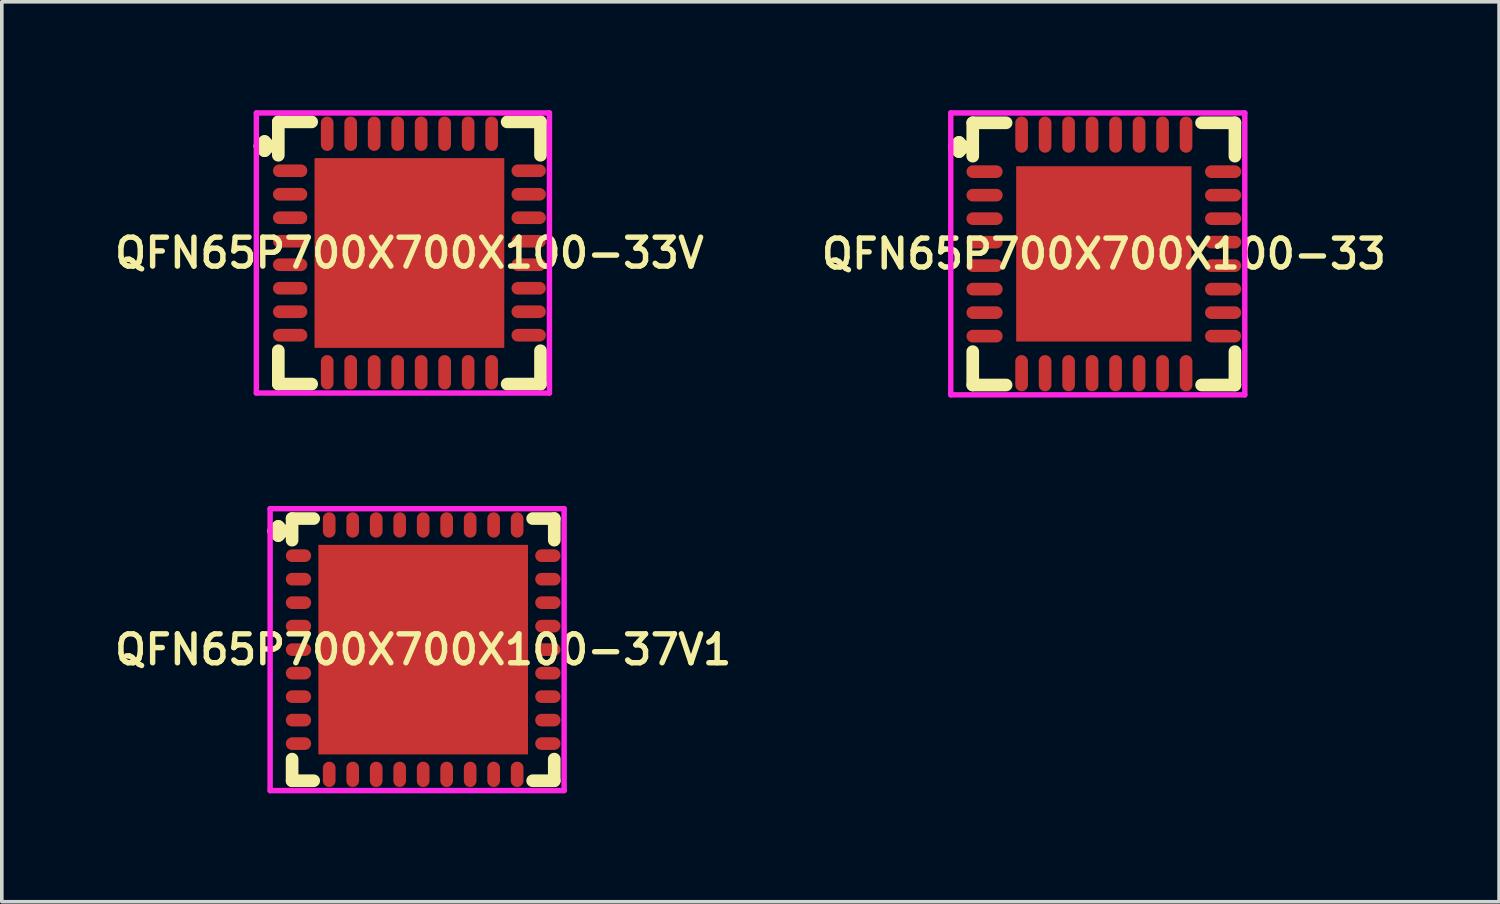
<source format=kicad_pcb>
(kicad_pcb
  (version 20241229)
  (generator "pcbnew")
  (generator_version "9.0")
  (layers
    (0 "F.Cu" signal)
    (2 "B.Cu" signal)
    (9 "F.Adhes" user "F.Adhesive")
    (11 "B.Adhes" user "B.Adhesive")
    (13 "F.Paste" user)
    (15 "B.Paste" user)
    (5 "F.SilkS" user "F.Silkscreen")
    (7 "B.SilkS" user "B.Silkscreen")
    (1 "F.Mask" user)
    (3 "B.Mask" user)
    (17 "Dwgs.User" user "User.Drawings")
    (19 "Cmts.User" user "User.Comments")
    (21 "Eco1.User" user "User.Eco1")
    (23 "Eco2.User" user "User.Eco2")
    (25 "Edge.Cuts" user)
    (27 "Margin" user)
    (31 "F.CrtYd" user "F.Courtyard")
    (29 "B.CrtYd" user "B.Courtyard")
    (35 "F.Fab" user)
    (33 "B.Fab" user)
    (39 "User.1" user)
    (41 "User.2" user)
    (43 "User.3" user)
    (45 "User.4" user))
  (footprint "QFN65P700X700X100-37V1"
    (layer "F.Cu")
    (at 8.659 14.925)
    (property "Reference" "QFN65P700X700X100-37V1" (at 0 0 0) (layer "F.SilkS") (effects (font (size 0.8 0.8) (thickness 0.15))))
    (attr smd)
    (fp_line (start -4.135 -3.283) (end -4.008 -3.41) (stroke (width 0.35) (type solid)) (layer "F.SilkS"))
    (fp_line (start -4.008 -3.41) (end -3.881 -3.283) (stroke (width 0.35) (type solid)) (layer "F.SilkS"))
    (fp_line (start -4.008 -3.156) (end -4.135 -3.283) (stroke (width 0.35) (type solid)) (layer "F.SilkS"))
    (fp_line (start -3.881 -3.283) (end -4.008 -3.156) (stroke (width 0.35) (type solid)) (layer "F.SilkS"))
    (fp_line (start -3.627 -3.627) (end -3.029 -3.627) (stroke (width 0.35) (type solid)) (layer "F.SilkS"))
    (fp_line (start -3.627 -3.029) (end -3.627 -3.627) (stroke (width 0.35) (type solid)) (layer "F.SilkS"))
    (fp_line (start -3.627 3.029) (end -3.627 3.627) (stroke (width 0.35) (type solid)) (layer "F.SilkS"))
    (fp_line (start -3.627 3.627) (end -3.029 3.627) (stroke (width 0.35) (type solid)) (layer "F.SilkS"))
    (fp_line (start 3.029 -3.627) (end 3.627 -3.627) (stroke (width 0.35) (type solid)) (layer "F.SilkS"))
    (fp_line (start 3.029 3.627) (end 3.627 3.627) (stroke (width 0.35) (type solid)) (layer "F.SilkS"))
    (fp_line (start 3.627 -3.627) (end 3.627 -3.029) (stroke (width 0.35) (type solid)) (layer "F.SilkS"))
    (fp_line (start 3.627 3.627) (end 3.627 3.029) (stroke (width 0.35) (type solid)) (layer "F.SilkS"))
    (fp_line (start -4.235 -3.9) (end 3.9 -3.9) (stroke (width 0.15) (type solid)) (layer "F.CrtYd"))
    (fp_line (start -4.235 3.9) (end -4.235 -3.9) (stroke (width 0.15) (type solid)) (layer "F.CrtYd"))
    (fp_line (start 3.9 -3.9) (end 3.9 3.9) (stroke (width 0.15) (type solid)) (layer "F.CrtYd"))
    (fp_line (start 3.9 3.9) (end -4.235 3.9) (stroke (width 0.15) (type solid)) (layer "F.CrtYd"))
    (pad "1" smd oval (at -3.45 -2.6) (size 0.7 0.35) (layers "F.Cu" "F.Mask" "F.Paste"))
    (pad "2" smd oval (at -3.45 -1.95) (size 0.7 0.35) (layers "F.Cu" "F.Mask" "F.Paste"))
    (pad "3" smd oval (at -3.45 -1.3) (size 0.7 0.35) (layers "F.Cu" "F.Mask" "F.Paste"))
    (pad "4" smd oval (at -3.45 -0.65) (size 0.7 0.35) (layers "F.Cu" "F.Mask" "F.Paste"))
    (pad "5" smd oval (at -3.45 0) (size 0.7 0.35) (layers "F.Cu" "F.Mask" "F.Paste"))
    (pad "6" smd oval (at -3.45 0.65) (size 0.7 0.35) (layers "F.Cu" "F.Mask" "F.Paste"))
    (pad "7" smd oval (at -3.45 1.3) (size 0.7 0.35) (layers "F.Cu" "F.Mask" "F.Paste"))
    (pad "8" smd oval (at -3.45 1.95) (size 0.7 0.35) (layers "F.Cu" "F.Mask" "F.Paste"))
    (pad "9" smd oval (at -3.45 2.6) (size 0.7 0.35) (layers "F.Cu" "F.Mask" "F.Paste"))
    (pad "10" smd oval (at -2.6 3.45) (size 0.35 0.7) (layers "F.Cu" "F.Mask" "F.Paste"))
    (pad "11" smd oval (at -1.95 3.45) (size 0.35 0.7) (layers "F.Cu" "F.Mask" "F.Paste"))
    (pad "12" smd oval (at -1.3 3.45) (size 0.35 0.7) (layers "F.Cu" "F.Mask" "F.Paste"))
    (pad "13" smd oval (at -0.65 3.45) (size 0.35 0.7) (layers "F.Cu" "F.Mask" "F.Paste"))
    (pad "14" smd oval (at 0 3.45) (size 0.35 0.7) (layers "F.Cu" "F.Mask" "F.Paste"))
    (pad "15" smd oval (at 0.65 3.45) (size 0.35 0.7) (layers "F.Cu" "F.Mask" "F.Paste"))
    (pad "16" smd oval (at 1.3 3.45) (size 0.35 0.7) (layers "F.Cu" "F.Mask" "F.Paste"))
    (pad "17" smd oval (at 1.95 3.45) (size 0.35 0.7) (layers "F.Cu" "F.Mask" "F.Paste"))
    (pad "18" smd oval (at 2.6 3.45) (size 0.35 0.7) (layers "F.Cu" "F.Mask" "F.Paste"))
    (pad "19" smd oval (at 3.45 2.6) (size 0.7 0.35) (layers "F.Cu" "F.Mask" "F.Paste"))
    (pad "20" smd oval (at 3.45 1.95) (size 0.7 0.35) (layers "F.Cu" "F.Mask" "F.Paste"))
    (pad "21" smd oval (at 3.45 1.3) (size 0.7 0.35) (layers "F.Cu" "F.Mask" "F.Paste"))
    (pad "22" smd oval (at 3.45 0.65) (size 0.7 0.35) (layers "F.Cu" "F.Mask" "F.Paste"))
    (pad "23" smd oval (at 3.45 0) (size 0.7 0.35) (layers "F.Cu" "F.Mask" "F.Paste"))
    (pad "24" smd oval (at 3.45 -0.65) (size 0.7 0.35) (layers "F.Cu" "F.Mask" "F.Paste"))
    (pad "25" smd oval (at 3.45 -1.3) (size 0.7 0.35) (layers "F.Cu" "F.Mask" "F.Paste"))
    (pad "26" smd oval (at 3.45 -1.95) (size 0.7 0.35) (layers "F.Cu" "F.Mask" "F.Paste"))
    (pad "27" smd oval (at 3.45 -2.6) (size 0.7 0.35) (layers "F.Cu" "F.Mask" "F.Paste"))
    (pad "28" smd oval (at 2.6 -3.45) (size 0.35 0.7) (layers "F.Cu" "F.Mask" "F.Paste"))
    (pad "29" smd oval (at 1.95 -3.45) (size 0.35 0.7) (layers "F.Cu" "F.Mask" "F.Paste"))
    (pad "30" smd oval (at 1.3 -3.45) (size 0.35 0.7) (layers "F.Cu" "F.Mask" "F.Paste"))
    (pad "31" smd oval (at 0.65 -3.45) (size 0.35 0.7) (layers "F.Cu" "F.Mask" "F.Paste"))
    (pad "32" smd oval (at 0 -3.45) (size 0.35 0.7) (layers "F.Cu" "F.Mask" "F.Paste"))
    (pad "33" smd oval (at -0.65 -3.45) (size 0.35 0.7) (layers "F.Cu" "F.Mask" "F.Paste"))
    (pad "34" smd oval (at -1.3 -3.45) (size 0.35 0.7) (layers "F.Cu" "F.Mask" "F.Paste"))
    (pad "35" smd oval (at -1.95 -3.45) (size 0.35 0.7) (layers "F.Cu" "F.Mask" "F.Paste"))
    (pad "36" smd oval (at -2.6 -3.45) (size 0.35 0.7) (layers "F.Cu" "F.Mask" "F.Paste"))
    (pad "37" smd rect (at 0 0) (size 5.8 5.8) (layers "F.Cu" "F.Mask" "F.Paste")))
  (footprint "QFN65P700X700X100-33"
    (layer "F.Cu")
    (at 27.492 3.975)
    (property "Reference" "QFN65P700X700X100-33" (at 0 0 0) (layer "F.SilkS") (effects (font (size 0.8 0.8) (thickness 0.15))))
    (attr smd)
    (fp_line (start -4.135 -2.958) (end -4.008 -3.085) (stroke (width 0.35) (type solid)) (layer "F.SilkS"))
    (fp_line (start -4.008 -3.085) (end -3.881 -2.958) (stroke (width 0.35) (type solid)) (layer "F.SilkS"))
    (fp_line (start -4.008 -2.831) (end -4.135 -2.958) (stroke (width 0.35) (type solid)) (layer "F.SilkS"))
    (fp_line (start -3.881 -2.958) (end -4.008 -2.831) (stroke (width 0.35) (type solid)) (layer "F.SilkS"))
    (fp_line (start -3.627 -3.627) (end -2.704 -3.627) (stroke (width 0.35) (type solid)) (layer "F.SilkS"))
    (fp_line (start -3.627 -2.704) (end -3.627 -3.627) (stroke (width 0.35) (type solid)) (layer "F.SilkS"))
    (fp_line (start -3.627 2.704) (end -3.627 3.627) (stroke (width 0.35) (type solid)) (layer "F.SilkS"))
    (fp_line (start -3.627 3.627) (end -2.704 3.627) (stroke (width 0.35) (type solid)) (layer "F.SilkS"))
    (fp_line (start 2.704 -3.627) (end 3.627 -3.627) (stroke (width 0.35) (type solid)) (layer "F.SilkS"))
    (fp_line (start 2.704 3.627) (end 3.627 3.627) (stroke (width 0.35) (type solid)) (layer "F.SilkS"))
    (fp_line (start 3.627 -3.627) (end 3.627 -2.704) (stroke (width 0.35) (type solid)) (layer "F.SilkS"))
    (fp_line (start 3.627 3.627) (end 3.627 2.704) (stroke (width 0.35) (type solid)) (layer "F.SilkS"))
    (fp_line (start -4.235 -3.9) (end 3.9 -3.9) (stroke (width 0.15) (type solid)) (layer "F.CrtYd"))
    (fp_line (start -4.235 3.9) (end -4.235 -3.9) (stroke (width 0.15) (type solid)) (layer "F.CrtYd"))
    (fp_line (start 3.9 -3.9) (end 3.9 3.9) (stroke (width 0.15) (type solid)) (layer "F.CrtYd"))
    (fp_line (start 3.9 3.9) (end -4.235 3.9) (stroke (width 0.15) (type solid)) (layer "F.CrtYd"))
    (pad "1" smd oval (at -3.3 -2.275) (size 1 0.35) (layers "F.Cu" "F.Mask" "F.Paste"))
    (pad "2" smd oval (at -3.3 -1.625) (size 1 0.35) (layers "F.Cu" "F.Mask" "F.Paste"))
    (pad "3" smd oval (at -3.3 -0.975) (size 1 0.35) (layers "F.Cu" "F.Mask" "F.Paste"))
    (pad "4" smd oval (at -3.3 -0.325) (size 1 0.35) (layers "F.Cu" "F.Mask" "F.Paste"))
    (pad "5" smd oval (at -3.3 0.325) (size 1 0.35) (layers "F.Cu" "F.Mask" "F.Paste"))
    (pad "6" smd oval (at -3.3 0.975) (size 1 0.35) (layers "F.Cu" "F.Mask" "F.Paste"))
    (pad "7" smd oval (at -3.3 1.625) (size 1 0.35) (layers "F.Cu" "F.Mask" "F.Paste"))
    (pad "8" smd oval (at -3.3 2.275) (size 1 0.35) (layers "F.Cu" "F.Mask" "F.Paste"))
    (pad "9" smd oval (at -2.275 3.3) (size 0.35 1) (layers "F.Cu" "F.Mask" "F.Paste"))
    (pad "10" smd oval (at -1.625 3.3) (size 0.35 1) (layers "F.Cu" "F.Mask" "F.Paste"))
    (pad "11" smd oval (at -0.975 3.3) (size 0.35 1) (layers "F.Cu" "F.Mask" "F.Paste"))
    (pad "12" smd oval (at -0.325 3.3) (size 0.35 1) (layers "F.Cu" "F.Mask" "F.Paste"))
    (pad "13" smd oval (at 0.325 3.3) (size 0.35 1) (layers "F.Cu" "F.Mask" "F.Paste"))
    (pad "14" smd oval (at 0.975 3.3) (size 0.35 1) (layers "F.Cu" "F.Mask" "F.Paste"))
    (pad "15" smd oval (at 1.625 3.3) (size 0.35 1) (layers "F.Cu" "F.Mask" "F.Paste"))
    (pad "16" smd oval (at 2.275 3.3) (size 0.35 1) (layers "F.Cu" "F.Mask" "F.Paste"))
    (pad "17" smd oval (at 3.3 2.275) (size 1 0.35) (layers "F.Cu" "F.Mask" "F.Paste"))
    (pad "18" smd oval (at 3.3 1.625) (size 1 0.35) (layers "F.Cu" "F.Mask" "F.Paste"))
    (pad "19" smd oval (at 3.3 0.975) (size 1 0.35) (layers "F.Cu" "F.Mask" "F.Paste"))
    (pad "20" smd oval (at 3.3 0.325) (size 1 0.35) (layers "F.Cu" "F.Mask" "F.Paste"))
    (pad "21" smd oval (at 3.3 -0.325) (size 1 0.35) (layers "F.Cu" "F.Mask" "F.Paste"))
    (pad "22" smd oval (at 3.3 -0.975) (size 1 0.35) (layers "F.Cu" "F.Mask" "F.Paste"))
    (pad "23" smd oval (at 3.3 -1.625) (size 1 0.35) (layers "F.Cu" "F.Mask" "F.Paste"))
    (pad "24" smd oval (at 3.3 -2.275) (size 1 0.35) (layers "F.Cu" "F.Mask" "F.Paste"))
    (pad "25" smd oval (at 2.275 -3.3) (size 0.35 1) (layers "F.Cu" "F.Mask" "F.Paste"))
    (pad "26" smd oval (at 1.625 -3.3) (size 0.35 1) (layers "F.Cu" "F.Mask" "F.Paste"))
    (pad "27" smd oval (at 0.975 -3.3) (size 0.35 1) (layers "F.Cu" "F.Mask" "F.Paste"))
    (pad "28" smd oval (at 0.325 -3.3) (size 0.35 1) (layers "F.Cu" "F.Mask" "F.Paste"))
    (pad "29" smd oval (at -0.325 -3.3) (size 0.35 1) (layers "F.Cu" "F.Mask" "F.Paste"))
    (pad "30" smd oval (at -0.975 -3.3) (size 0.35 1) (layers "F.Cu" "F.Mask" "F.Paste"))
    (pad "31" smd oval (at -1.625 -3.3) (size 0.35 1) (layers "F.Cu" "F.Mask" "F.Paste"))
    (pad "32" smd oval (at -2.275 -3.3) (size 0.35 1) (layers "F.Cu" "F.Mask" "F.Paste"))
    (pad "33" smd rect (at 0 0) (size 4.85 4.85) (layers "F.Cu" "F.Mask" "F.Paste")))
  (footprint "QFN65P700X700X100-33V"
    (layer "F.Cu")
    (at 8.278 3.95)
    (property "Reference" "QFN65P700X700X100-33V" (at 0 0 0) (layer "F.SilkS") (effects (font (size 0.8 0.8) (thickness 0.15))))
    (attr smd)
    (fp_line (start -4.135 -2.958) (end -4.008 -3.085) (stroke (width 0.35) (type solid)) (layer "F.SilkS"))
    (fp_line (start -4.008 -3.085) (end -3.881 -2.958) (stroke (width 0.35) (type solid)) (layer "F.SilkS"))
    (fp_line (start -4.008 -2.831) (end -4.135 -2.958) (stroke (width 0.35) (type solid)) (layer "F.SilkS"))
    (fp_line (start -3.881 -2.958) (end -4.008 -2.831) (stroke (width 0.35) (type solid)) (layer "F.SilkS"))
    (fp_line (start -3.627 -3.627) (end -2.704 -3.627) (stroke (width 0.35) (type solid)) (layer "F.SilkS"))
    (fp_line (start -3.627 -2.704) (end -3.627 -3.627) (stroke (width 0.35) (type solid)) (layer "F.SilkS"))
    (fp_line (start -3.627 2.704) (end -3.627 3.627) (stroke (width 0.35) (type solid)) (layer "F.SilkS"))
    (fp_line (start -3.627 3.627) (end -2.704 3.627) (stroke (width 0.35) (type solid)) (layer "F.SilkS"))
    (fp_line (start 2.704 -3.627) (end 3.627 -3.627) (stroke (width 0.35) (type solid)) (layer "F.SilkS"))
    (fp_line (start 2.704 3.627) (end 3.627 3.627) (stroke (width 0.35) (type solid)) (layer "F.SilkS"))
    (fp_line (start 3.627 -3.627) (end 3.627 -2.704) (stroke (width 0.35) (type solid)) (layer "F.SilkS"))
    (fp_line (start 3.627 3.627) (end 3.627 2.704) (stroke (width 0.35) (type solid)) (layer "F.SilkS"))
    (fp_line (start -4.235 -3.875) (end 3.875 -3.875) (stroke (width 0.15) (type solid)) (layer "F.CrtYd"))
    (fp_line (start -4.235 3.875) (end -4.235 -3.875) (stroke (width 0.15) (type solid)) (layer "F.CrtYd"))
    (fp_line (start 3.875 -3.875) (end 3.875 3.875) (stroke (width 0.15) (type solid)) (layer "F.CrtYd"))
    (fp_line (start 3.875 3.875) (end -4.235 3.875) (stroke (width 0.15) (type solid)) (layer "F.CrtYd"))
    (pad "1" smd oval (at -3.3 -2.275) (size 0.95 0.35) (layers "F.Cu" "F.Mask" "F.Paste"))
    (pad "2" smd oval (at -3.3 -1.625) (size 0.95 0.35) (layers "F.Cu" "F.Mask" "F.Paste"))
    (pad "3" smd oval (at -3.3 -0.975) (size 0.95 0.35) (layers "F.Cu" "F.Mask" "F.Paste"))
    (pad "4" smd oval (at -3.3 -0.325) (size 0.95 0.35) (layers "F.Cu" "F.Mask" "F.Paste"))
    (pad "5" smd oval (at -3.3 0.325) (size 0.95 0.35) (layers "F.Cu" "F.Mask" "F.Paste"))
    (pad "6" smd oval (at -3.3 0.975) (size 0.95 0.35) (layers "F.Cu" "F.Mask" "F.Paste"))
    (pad "7" smd oval (at -3.3 1.625) (size 0.95 0.35) (layers "F.Cu" "F.Mask" "F.Paste"))
    (pad "8" smd oval (at -3.3 2.275) (size 0.95 0.35) (layers "F.Cu" "F.Mask" "F.Paste"))
    (pad "9" smd oval (at -2.275 3.3) (size 0.35 0.95) (layers "F.Cu" "F.Mask" "F.Paste"))
    (pad "10" smd oval (at -1.625 3.3) (size 0.35 0.95) (layers "F.Cu" "F.Mask" "F.Paste"))
    (pad "11" smd oval (at -0.975 3.3) (size 0.35 0.95) (layers "F.Cu" "F.Mask" "F.Paste"))
    (pad "12" smd oval (at -0.325 3.3) (size 0.35 0.95) (layers "F.Cu" "F.Mask" "F.Paste"))
    (pad "13" smd oval (at 0.325 3.3) (size 0.35 0.95) (layers "F.Cu" "F.Mask" "F.Paste"))
    (pad "14" smd oval (at 0.975 3.3) (size 0.35 0.95) (layers "F.Cu" "F.Mask" "F.Paste"))
    (pad "15" smd oval (at 1.625 3.3) (size 0.35 0.95) (layers "F.Cu" "F.Mask" "F.Paste"))
    (pad "16" smd oval (at 2.275 3.3) (size 0.35 0.95) (layers "F.Cu" "F.Mask" "F.Paste"))
    (pad "17" smd oval (at 3.3 2.275) (size 0.95 0.35) (layers "F.Cu" "F.Mask" "F.Paste"))
    (pad "18" smd oval (at 3.3 1.625) (size 0.95 0.35) (layers "F.Cu" "F.Mask" "F.Paste"))
    (pad "19" smd oval (at 3.3 0.975) (size 0.95 0.35) (layers "F.Cu" "F.Mask" "F.Paste"))
    (pad "20" smd oval (at 3.3 0.325) (size 0.95 0.35) (layers "F.Cu" "F.Mask" "F.Paste"))
    (pad "21" smd oval (at 3.3 -0.325) (size 0.95 0.35) (layers "F.Cu" "F.Mask" "F.Paste"))
    (pad "22" smd oval (at 3.3 -0.975) (size 0.95 0.35) (layers "F.Cu" "F.Mask" "F.Paste"))
    (pad "23" smd oval (at 3.3 -1.625) (size 0.95 0.35) (layers "F.Cu" "F.Mask" "F.Paste"))
    (pad "24" smd oval (at 3.3 -2.275) (size 0.95 0.35) (layers "F.Cu" "F.Mask" "F.Paste"))
    (pad "25" smd oval (at 2.275 -3.3) (size 0.35 0.95) (layers "F.Cu" "F.Mask" "F.Paste"))
    (pad "26" smd oval (at 1.625 -3.3) (size 0.35 0.95) (layers "F.Cu" "F.Mask" "F.Paste"))
    (pad "27" smd oval (at 0.975 -3.3) (size 0.35 0.95) (layers "F.Cu" "F.Mask" "F.Paste"))
    (pad "28" smd oval (at 0.325 -3.3) (size 0.35 0.95) (layers "F.Cu" "F.Mask" "F.Paste"))
    (pad "29" smd oval (at -0.325 -3.3) (size 0.35 0.95) (layers "F.Cu" "F.Mask" "F.Paste"))
    (pad "30" smd oval (at -0.975 -3.3) (size 0.35 0.95) (layers "F.Cu" "F.Mask" "F.Paste"))
    (pad "31" smd oval (at -1.625 -3.3) (size 0.35 0.95) (layers "F.Cu" "F.Mask" "F.Paste"))
    (pad "32" smd oval (at -2.275 -3.3) (size 0.35 0.95) (layers "F.Cu" "F.Mask" "F.Paste"))
    (pad "33" smd rect (at 0 0) (size 5.25 5.25) (layers "F.Cu" "F.Mask" "F.Paste")))
  (gr_rect
    (start -3 -3)
    (end 38.428 21.9)
    (stroke (width 0.1) (type default))
    (fill no)
    (layer "Edge.Cuts")))
</source>
